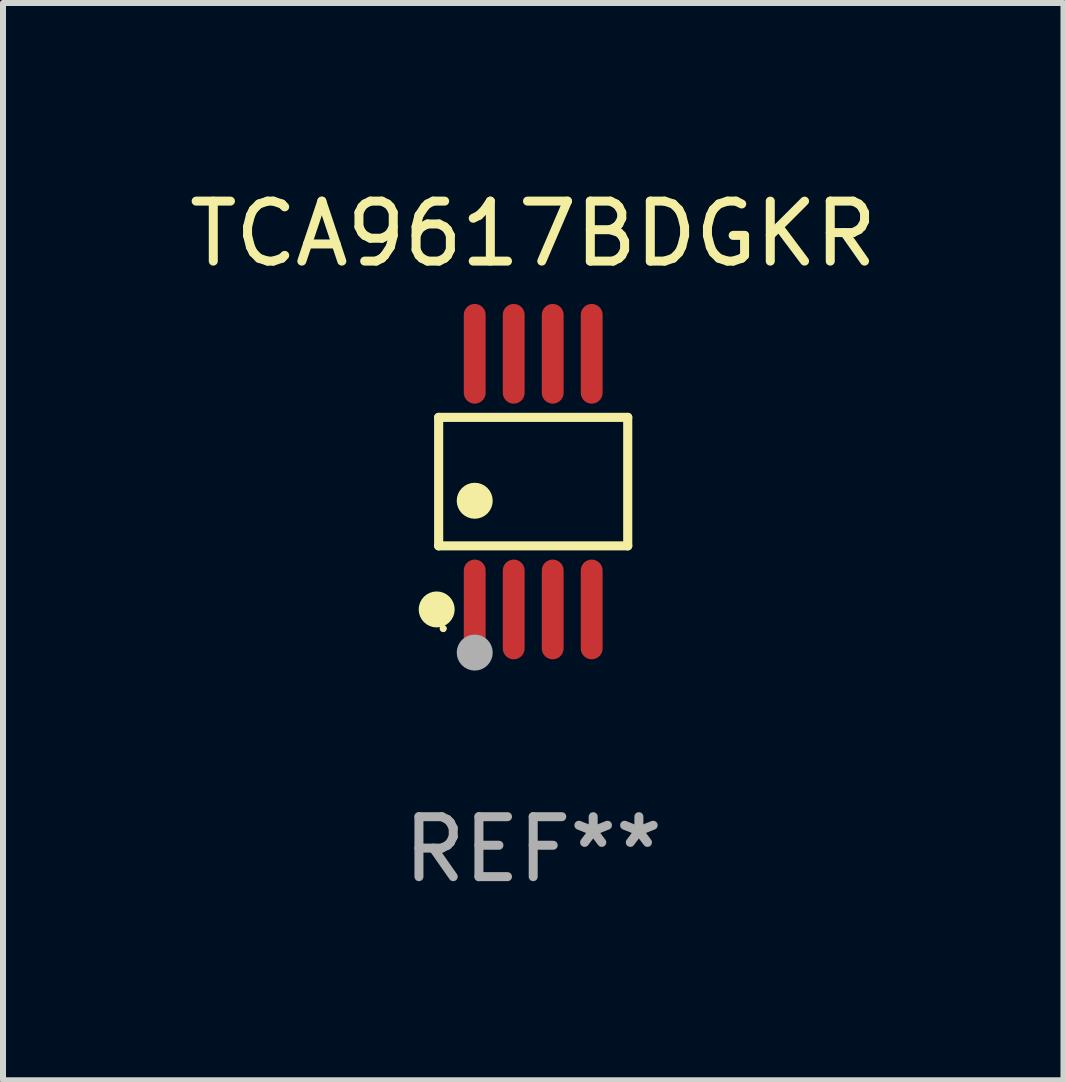
<source format=kicad_pcb>
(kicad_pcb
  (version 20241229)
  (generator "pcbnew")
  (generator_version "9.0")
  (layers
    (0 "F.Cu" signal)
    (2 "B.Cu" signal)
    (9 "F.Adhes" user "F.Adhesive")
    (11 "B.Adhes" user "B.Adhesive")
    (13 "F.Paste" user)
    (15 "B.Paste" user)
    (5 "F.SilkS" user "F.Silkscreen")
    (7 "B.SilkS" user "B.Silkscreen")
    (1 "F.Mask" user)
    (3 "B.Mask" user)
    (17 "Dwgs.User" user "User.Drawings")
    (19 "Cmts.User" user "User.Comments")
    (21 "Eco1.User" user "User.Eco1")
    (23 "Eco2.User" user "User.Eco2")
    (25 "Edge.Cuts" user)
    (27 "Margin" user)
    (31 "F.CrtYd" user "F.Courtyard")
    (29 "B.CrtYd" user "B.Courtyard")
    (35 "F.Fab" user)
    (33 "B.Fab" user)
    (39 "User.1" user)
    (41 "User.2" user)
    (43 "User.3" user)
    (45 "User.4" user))
  (footprint "TCA9617BDGKR"
    (layer "F.Cu")
    (at 5.839 4.979)
    (property "Reference" "TCA9617BDGKR" (at 0 -4.131 0) (layer "F.SilkS") (effects (font (size 1 1) (thickness 0.15))))
    (attr through_hole)
    (fp_line (start -1.576 -1.071) (end 1.576 -1.071) (stroke (width 0.152) (type solid)) (layer "F.SilkS"))
    (fp_line (start -1.576 1.071) (end -1.576 -1.071) (stroke (width 0.152) (type solid)) (layer "F.SilkS"))
    (fp_line (start 1.576 -1.071) (end 1.576 1.071) (stroke (width 0.152) (type solid)) (layer "F.SilkS"))
    (fp_line (start 1.576 1.071) (end -1.576 1.071) (stroke (width 0.152) (type solid)) (layer "F.SilkS"))
    (fp_circle (center -1.609 2.131) (end -1.459 2.131) (stroke (width 0.3) (type solid)) (fill no) (layer "F.SilkS"))
    (fp_circle (center -1.5 2.45) (end -1.47 2.45) (stroke (width 0.06) (type solid)) (fill no) (layer "F.SilkS"))
    (fp_circle (center -0.975 0.319) (end -0.825 0.319) (stroke (width 0.3) (type solid)) (fill no) (layer "F.SilkS"))
    (fp_circle (center -0.975 2.85) (end -0.825 2.85) (stroke (width 0.3) (type solid)) (fill no) (layer "F.Fab"))
    (fp_text user "REF**" (at 0 6.131 0) (layer "F.Fab") (effects (font (size 1 1) (thickness 0.15))))
    (pad "1" smd oval (at -0.975 2.131) (size 0.364 1.662) (layers "F.Cu" "F.Mask" "F.Paste"))
    (pad "2" smd oval (at -0.325 2.131) (size 0.364 1.662) (layers "F.Cu" "F.Mask" "F.Paste"))
    (pad "3" smd oval (at 0.325 2.131) (size 0.364 1.662) (layers "F.Cu" "F.Mask" "F.Paste"))
    (pad "4" smd oval (at 0.975 2.131) (size 0.364 1.662) (layers "F.Cu" "F.Mask" "F.Paste"))
    (pad "5" smd oval (at 0.975 -2.131) (size 0.364 1.662) (layers "F.Cu" "F.Mask" "F.Paste"))
    (pad "6" smd oval (at 0.325 -2.131) (size 0.364 1.662) (layers "F.Cu" "F.Mask" "F.Paste"))
    (pad "7" smd oval (at -0.325 -2.131) (size 0.364 1.662) (layers "F.Cu" "F.Mask" "F.Paste"))
    (pad "8" smd oval (at -0.975 -2.131) (size 0.364 1.662) (layers "F.Cu" "F.Mask" "F.Paste")))
  (gr_rect
    (start -3 -3)
    (end 14.679 14.959)
    (stroke (width 0.1) (type default))
    (fill no)
    (layer "Edge.Cuts")))
</source>
